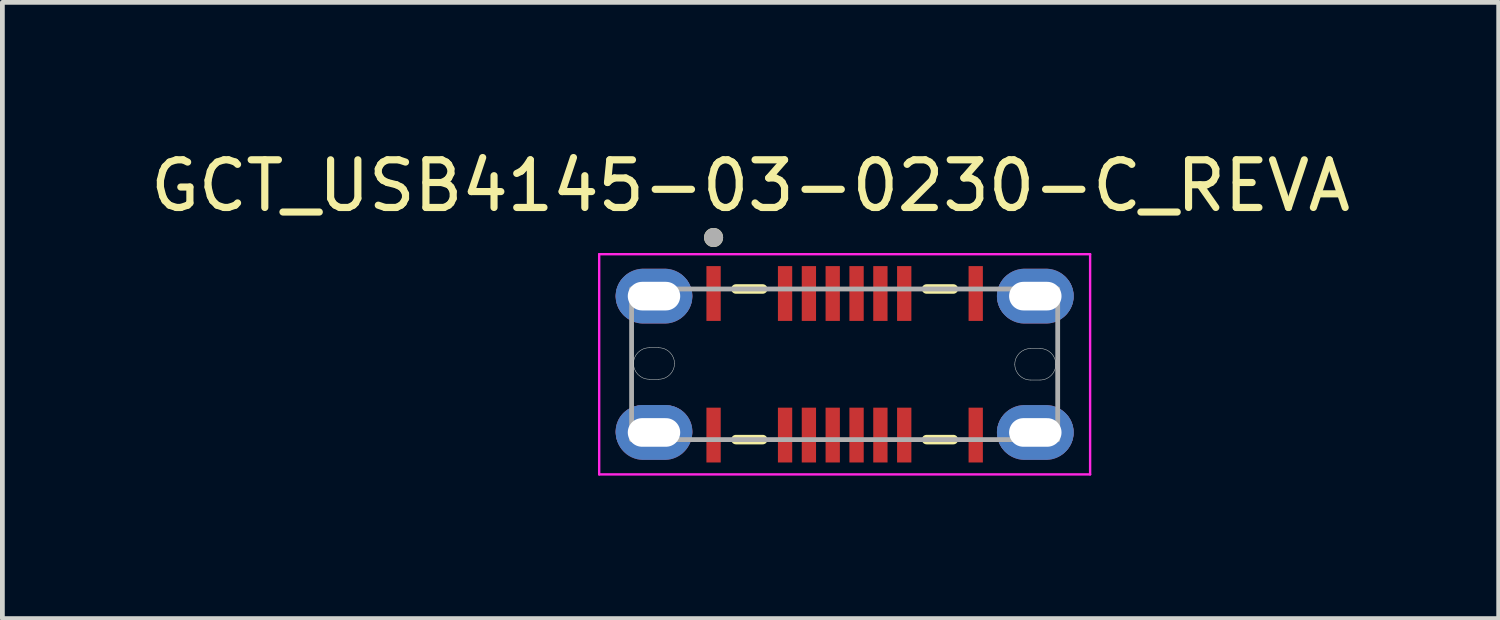
<source format=kicad_pcb>
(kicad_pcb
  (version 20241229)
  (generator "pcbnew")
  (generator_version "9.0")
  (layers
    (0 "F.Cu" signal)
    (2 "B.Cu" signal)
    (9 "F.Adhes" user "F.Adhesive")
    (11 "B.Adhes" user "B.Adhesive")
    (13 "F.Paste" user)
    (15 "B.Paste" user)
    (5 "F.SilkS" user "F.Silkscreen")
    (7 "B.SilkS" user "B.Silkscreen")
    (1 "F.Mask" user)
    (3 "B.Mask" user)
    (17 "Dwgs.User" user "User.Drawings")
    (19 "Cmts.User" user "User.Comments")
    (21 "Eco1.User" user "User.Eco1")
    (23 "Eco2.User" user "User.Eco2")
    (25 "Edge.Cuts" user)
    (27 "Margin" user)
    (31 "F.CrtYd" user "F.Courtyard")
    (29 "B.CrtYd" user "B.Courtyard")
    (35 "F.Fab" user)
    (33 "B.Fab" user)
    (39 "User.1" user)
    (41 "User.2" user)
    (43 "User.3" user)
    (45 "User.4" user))
  (footprint "GCT_USB4145-03-0230-C_REVA"
    (layer "F.Cu")
    (at 14.671 4.593)
    (property "Reference" "GCT_USB4145-03-0230-C_REVA" (at -1.975 -3.745 0) (layer "F.SilkS") (effects (font (size 1 1) (thickness 0.15))))
    (attr through_hole)
    (fp_poly (pts (xy -4.8 -1.43) (xy -4.799 -1.459) (xy -4.797 -1.487) (xy -4.793 -1.516) (xy -4.788 -1.544) (xy -4.781 -1.572) (xy -4.773 -1.6) (xy -4.763 -1.627) (xy -4.752 -1.654) (xy -4.74 -1.68) (xy -4.726 -1.705) (xy -4.711 -1.73) (xy -4.695 -1.753) (xy -4.677 -1.776) (xy -4.659 -1.798) (xy -4.639 -1.819) (xy -4.618 -1.839) (xy -4.596 -1.857) (xy -4.573 -1.875) (xy -4.55 -1.891) (xy -4.525 -1.906) (xy -4.5 -1.92) (xy -4.474 -1.932) (xy -4.447 -1.943) (xy -4.42 -1.953) (xy -4.392 -1.961) (xy -4.364 -1.968) (xy -4.336 -1.973) (xy -4.307 -1.977) (xy -4.279 -1.979) (xy -4.25 -1.98) (xy -3.75 -1.98) (xy -3.721 -1.979) (xy -3.693 -1.977) (xy -3.664 -1.973) (xy -3.636 -1.968) (xy -3.608 -1.961) (xy -3.58 -1.953) (xy -3.553 -1.943) (xy -3.526 -1.932) (xy -3.5 -1.92) (xy -3.475 -1.906) (xy -3.45 -1.891) (xy -3.427 -1.875) (xy -3.404 -1.857) (xy -3.382 -1.839) (xy -3.361 -1.819) (xy -3.341 -1.798) (xy -3.323 -1.776) (xy -3.305 -1.753) (xy -3.289 -1.73) (xy -3.274 -1.705) (xy -3.26 -1.68) (xy -3.248 -1.654) (xy -3.237 -1.627) (xy -3.227 -1.6) (xy -3.219 -1.572) (xy -3.212 -1.544) (xy -3.207 -1.516) (xy -3.203 -1.487) (xy -3.201 -1.459) (xy -3.2 -1.43) (xy -3.201 -1.401) (xy -3.203 -1.373) (xy -3.207 -1.344) (xy -3.212 -1.316) (xy -3.219 -1.288) (xy -3.227 -1.26) (xy -3.237 -1.233) (xy -3.248 -1.206) (xy -3.26 -1.18) (xy -3.274 -1.155) (xy -3.289 -1.13) (xy -3.305 -1.107) (xy -3.323 -1.084) (xy -3.341 -1.062) (xy -3.361 -1.041) (xy -3.382 -1.021) (xy -3.404 -1.003) (xy -3.427 -0.985) (xy -3.45 -0.969) (xy -3.475 -0.954) (xy -3.5 -0.94) (xy -3.526 -0.928) (xy -3.553 -0.917) (xy -3.58 -0.907) (xy -3.608 -0.899) (xy -3.636 -0.892) (xy -3.664 -0.887) (xy -3.693 -0.883) (xy -3.721 -0.881) (xy -3.75 -0.88) (xy -4.25 -0.88) (xy -4.279 -0.881) (xy -4.307 -0.883) (xy -4.336 -0.887) (xy -4.364 -0.892) (xy -4.392 -0.899) (xy -4.42 -0.907) (xy -4.447 -0.917) (xy -4.474 -0.928) (xy -4.5 -0.94) (xy -4.525 -0.954) (xy -4.55 -0.969) (xy -4.573 -0.985) (xy -4.596 -1.003) (xy -4.618 -1.021) (xy -4.639 -1.041) (xy -4.659 -1.062) (xy -4.677 -1.084) (xy -4.695 -1.107) (xy -4.711 -1.13) (xy -4.726 -1.155) (xy -4.74 -1.18) (xy -4.752 -1.206) (xy -4.763 -1.233) (xy -4.773 -1.26) (xy -4.781 -1.288) (xy -4.788 -1.316) (xy -4.793 -1.344) (xy -4.797 -1.373) (xy -4.799 -1.401) (xy -4.8 -1.43)) (stroke (width 0.01) (type solid)) (fill yes) (layer "F.Cu"))
    (fp_poly (pts (xy -4.8 1.414) (xy -4.799 1.385) (xy -4.797 1.357) (xy -4.793 1.328) (xy -4.788 1.3) (xy -4.781 1.272) (xy -4.773 1.244) (xy -4.763 1.217) (xy -4.752 1.19) (xy -4.74 1.164) (xy -4.726 1.139) (xy -4.711 1.114) (xy -4.695 1.091) (xy -4.677 1.068) (xy -4.659 1.046) (xy -4.639 1.025) (xy -4.618 1.005) (xy -4.596 0.987) (xy -4.573 0.969) (xy -4.55 0.953) (xy -4.525 0.938) (xy -4.5 0.924) (xy -4.474 0.912) (xy -4.447 0.901) (xy -4.42 0.891) (xy -4.392 0.883) (xy -4.364 0.876) (xy -4.336 0.871) (xy -4.307 0.867) (xy -4.279 0.865) (xy -4.25 0.864) (xy -3.75 0.864) (xy -3.721 0.865) (xy -3.693 0.867) (xy -3.664 0.871) (xy -3.636 0.876) (xy -3.608 0.883) (xy -3.58 0.891) (xy -3.553 0.901) (xy -3.526 0.912) (xy -3.5 0.924) (xy -3.475 0.938) (xy -3.45 0.953) (xy -3.427 0.969) (xy -3.404 0.987) (xy -3.382 1.005) (xy -3.361 1.025) (xy -3.341 1.046) (xy -3.323 1.068) (xy -3.305 1.091) (xy -3.289 1.114) (xy -3.274 1.139) (xy -3.26 1.164) (xy -3.248 1.19) (xy -3.237 1.217) (xy -3.227 1.244) (xy -3.219 1.272) (xy -3.212 1.3) (xy -3.207 1.328) (xy -3.203 1.357) (xy -3.201 1.385) (xy -3.2 1.414) (xy -3.201 1.443) (xy -3.203 1.471) (xy -3.207 1.5) (xy -3.212 1.528) (xy -3.219 1.556) (xy -3.227 1.584) (xy -3.237 1.611) (xy -3.248 1.638) (xy -3.26 1.664) (xy -3.274 1.689) (xy -3.289 1.714) (xy -3.305 1.737) (xy -3.323 1.76) (xy -3.341 1.782) (xy -3.361 1.803) (xy -3.382 1.823) (xy -3.404 1.841) (xy -3.427 1.859) (xy -3.45 1.875) (xy -3.475 1.89) (xy -3.5 1.904) (xy -3.526 1.916) (xy -3.553 1.927) (xy -3.58 1.937) (xy -3.608 1.945) (xy -3.636 1.952) (xy -3.664 1.957) (xy -3.693 1.961) (xy -3.721 1.963) (xy -3.75 1.964) (xy -4.25 1.964) (xy -4.279 1.963) (xy -4.307 1.961) (xy -4.336 1.957) (xy -4.364 1.952) (xy -4.392 1.945) (xy -4.42 1.937) (xy -4.447 1.927) (xy -4.474 1.916) (xy -4.5 1.904) (xy -4.525 1.89) (xy -4.55 1.875) (xy -4.573 1.859) (xy -4.596 1.841) (xy -4.618 1.823) (xy -4.639 1.803) (xy -4.659 1.782) (xy -4.677 1.76) (xy -4.695 1.737) (xy -4.711 1.714) (xy -4.726 1.689) (xy -4.74 1.664) (xy -4.752 1.638) (xy -4.763 1.611) (xy -4.773 1.584) (xy -4.781 1.556) (xy -4.788 1.528) (xy -4.793 1.5) (xy -4.797 1.471) (xy -4.799 1.443) (xy -4.8 1.414)) (stroke (width 0.01) (type solid)) (fill yes) (layer "F.Cu"))
    (fp_poly (pts (xy 3.2 -1.43) (xy 3.201 -1.459) (xy 3.203 -1.487) (xy 3.207 -1.516) (xy 3.212 -1.544) (xy 3.219 -1.572) (xy 3.227 -1.6) (xy 3.237 -1.627) (xy 3.248 -1.654) (xy 3.26 -1.68) (xy 3.274 -1.705) (xy 3.289 -1.73) (xy 3.305 -1.753) (xy 3.323 -1.776) (xy 3.341 -1.798) (xy 3.361 -1.819) (xy 3.382 -1.839) (xy 3.404 -1.857) (xy 3.427 -1.875) (xy 3.45 -1.891) (xy 3.475 -1.906) (xy 3.5 -1.92) (xy 3.526 -1.932) (xy 3.553 -1.943) (xy 3.58 -1.953) (xy 3.608 -1.961) (xy 3.636 -1.968) (xy 3.664 -1.973) (xy 3.693 -1.977) (xy 3.721 -1.979) (xy 3.75 -1.98) (xy 4.25 -1.98) (xy 4.279 -1.979) (xy 4.307 -1.977) (xy 4.336 -1.973) (xy 4.364 -1.968) (xy 4.392 -1.961) (xy 4.42 -1.953) (xy 4.447 -1.943) (xy 4.474 -1.932) (xy 4.5 -1.92) (xy 4.525 -1.906) (xy 4.55 -1.891) (xy 4.573 -1.875) (xy 4.596 -1.857) (xy 4.618 -1.839) (xy 4.639 -1.819) (xy 4.659 -1.798) (xy 4.677 -1.776) (xy 4.695 -1.753) (xy 4.711 -1.73) (xy 4.726 -1.705) (xy 4.74 -1.68) (xy 4.752 -1.654) (xy 4.763 -1.627) (xy 4.773 -1.6) (xy 4.781 -1.572) (xy 4.788 -1.544) (xy 4.793 -1.516) (xy 4.797 -1.487) (xy 4.799 -1.459) (xy 4.8 -1.43) (xy 4.799 -1.401) (xy 4.797 -1.373) (xy 4.793 -1.344) (xy 4.788 -1.316) (xy 4.781 -1.288) (xy 4.773 -1.26) (xy 4.763 -1.233) (xy 4.752 -1.206) (xy 4.74 -1.18) (xy 4.726 -1.155) (xy 4.711 -1.13) (xy 4.695 -1.107) (xy 4.677 -1.084) (xy 4.659 -1.062) (xy 4.639 -1.041) (xy 4.618 -1.021) (xy 4.596 -1.003) (xy 4.573 -0.985) (xy 4.55 -0.969) (xy 4.525 -0.954) (xy 4.5 -0.94) (xy 4.474 -0.928) (xy 4.447 -0.917) (xy 4.42 -0.907) (xy 4.392 -0.899) (xy 4.364 -0.892) (xy 4.336 -0.887) (xy 4.307 -0.883) (xy 4.279 -0.881) (xy 4.25 -0.88) (xy 3.75 -0.88) (xy 3.721 -0.881) (xy 3.693 -0.883) (xy 3.664 -0.887) (xy 3.636 -0.892) (xy 3.608 -0.899) (xy 3.58 -0.907) (xy 3.553 -0.917) (xy 3.526 -0.928) (xy 3.5 -0.94) (xy 3.475 -0.954) (xy 3.45 -0.969) (xy 3.427 -0.985) (xy 3.404 -1.003) (xy 3.382 -1.021) (xy 3.361 -1.041) (xy 3.341 -1.062) (xy 3.323 -1.084) (xy 3.305 -1.107) (xy 3.289 -1.13) (xy 3.274 -1.155) (xy 3.26 -1.18) (xy 3.248 -1.206) (xy 3.237 -1.233) (xy 3.227 -1.26) (xy 3.219 -1.288) (xy 3.212 -1.316) (xy 3.207 -1.344) (xy 3.203 -1.373) (xy 3.201 -1.401) (xy 3.2 -1.43)) (stroke (width 0.01) (type solid)) (fill yes) (layer "F.Cu"))
    (fp_poly (pts (xy 3.2 1.43) (xy 3.201 1.401) (xy 3.203 1.373) (xy 3.207 1.344) (xy 3.212 1.316) (xy 3.219 1.288) (xy 3.227 1.26) (xy 3.237 1.233) (xy 3.248 1.206) (xy 3.26 1.18) (xy 3.274 1.155) (xy 3.289 1.13) (xy 3.305 1.107) (xy 3.323 1.084) (xy 3.341 1.062) (xy 3.361 1.041) (xy 3.382 1.021) (xy 3.404 1.003) (xy 3.427 0.985) (xy 3.45 0.969) (xy 3.475 0.954) (xy 3.5 0.94) (xy 3.526 0.928) (xy 3.553 0.917) (xy 3.58 0.907) (xy 3.608 0.899) (xy 3.636 0.892) (xy 3.664 0.887) (xy 3.693 0.883) (xy 3.721 0.881) (xy 3.75 0.88) (xy 4.25 0.88) (xy 4.279 0.881) (xy 4.307 0.883) (xy 4.336 0.887) (xy 4.364 0.892) (xy 4.392 0.899) (xy 4.42 0.907) (xy 4.447 0.917) (xy 4.474 0.928) (xy 4.5 0.94) (xy 4.525 0.954) (xy 4.55 0.969) (xy 4.573 0.985) (xy 4.596 1.003) (xy 4.618 1.021) (xy 4.639 1.041) (xy 4.659 1.062) (xy 4.677 1.084) (xy 4.695 1.107) (xy 4.711 1.13) (xy 4.726 1.155) (xy 4.74 1.18) (xy 4.752 1.206) (xy 4.763 1.233) (xy 4.773 1.26) (xy 4.781 1.288) (xy 4.788 1.316) (xy 4.793 1.344) (xy 4.797 1.373) (xy 4.799 1.401) (xy 4.8 1.43) (xy 4.799 1.459) (xy 4.797 1.487) (xy 4.793 1.516) (xy 4.788 1.544) (xy 4.781 1.572) (xy 4.773 1.6) (xy 4.763 1.627) (xy 4.752 1.654) (xy 4.74 1.68) (xy 4.726 1.705) (xy 4.711 1.73) (xy 4.695 1.753) (xy 4.677 1.776) (xy 4.659 1.798) (xy 4.639 1.819) (xy 4.618 1.839) (xy 4.596 1.857) (xy 4.573 1.875) (xy 4.55 1.891) (xy 4.525 1.906) (xy 4.5 1.92) (xy 4.474 1.932) (xy 4.447 1.943) (xy 4.42 1.953) (xy 4.392 1.961) (xy 4.364 1.968) (xy 4.336 1.973) (xy 4.307 1.977) (xy 4.279 1.979) (xy 4.25 1.98) (xy 3.75 1.98) (xy 3.721 1.979) (xy 3.693 1.977) (xy 3.664 1.973) (xy 3.636 1.968) (xy 3.608 1.961) (xy 3.58 1.953) (xy 3.553 1.943) (xy 3.526 1.932) (xy 3.5 1.92) (xy 3.475 1.906) (xy 3.45 1.891) (xy 3.427 1.875) (xy 3.404 1.857) (xy 3.382 1.839) (xy 3.361 1.819) (xy 3.341 1.798) (xy 3.323 1.776) (xy 3.305 1.753) (xy 3.289 1.73) (xy 3.274 1.705) (xy 3.26 1.68) (xy 3.248 1.654) (xy 3.237 1.627) (xy 3.227 1.6) (xy 3.219 1.572) (xy 3.212 1.544) (xy 3.207 1.516) (xy 3.203 1.487) (xy 3.201 1.459) (xy 3.2 1.43)) (stroke (width 0.01) (type solid)) (fill yes) (layer "F.Cu"))
    (fp_poly (pts (xy -4.9 -1.43) (xy -4.899 -1.464) (xy -4.896 -1.498) (xy -4.892 -1.532) (xy -4.886 -1.565) (xy -4.878 -1.598) (xy -4.868 -1.631) (xy -4.857 -1.663) (xy -4.844 -1.694) (xy -4.829 -1.725) (xy -4.813 -1.755) (xy -4.795 -1.784) (xy -4.776 -1.812) (xy -4.755 -1.839) (xy -4.733 -1.865) (xy -4.71 -1.89) (xy -4.685 -1.913) (xy -4.659 -1.935) (xy -4.632 -1.956) (xy -4.604 -1.975) (xy -4.575 -1.993) (xy -4.545 -2.009) (xy -4.514 -2.024) (xy -4.483 -2.037) (xy -4.451 -2.048) (xy -4.418 -2.058) (xy -4.385 -2.066) (xy -4.352 -2.072) (xy -4.318 -2.076) (xy -4.284 -2.079) (xy -4.25 -2.08) (xy -3.75 -2.08) (xy -3.716 -2.079) (xy -3.682 -2.076) (xy -3.648 -2.072) (xy -3.615 -2.066) (xy -3.582 -2.058) (xy -3.549 -2.048) (xy -3.517 -2.037) (xy -3.486 -2.024) (xy -3.455 -2.009) (xy -3.425 -1.993) (xy -3.396 -1.975) (xy -3.368 -1.956) (xy -3.341 -1.935) (xy -3.315 -1.913) (xy -3.29 -1.89) (xy -3.267 -1.865) (xy -3.245 -1.839) (xy -3.224 -1.812) (xy -3.205 -1.784) (xy -3.187 -1.755) (xy -3.171 -1.725) (xy -3.156 -1.694) (xy -3.143 -1.663) (xy -3.132 -1.631) (xy -3.122 -1.598) (xy -3.114 -1.565) (xy -3.108 -1.532) (xy -3.104 -1.498) (xy -3.101 -1.464) (xy -3.1 -1.43) (xy -3.101 -1.396) (xy -3.104 -1.362) (xy -3.108 -1.328) (xy -3.114 -1.295) (xy -3.122 -1.262) (xy -3.132 -1.229) (xy -3.143 -1.197) (xy -3.156 -1.166) (xy -3.171 -1.135) (xy -3.187 -1.105) (xy -3.205 -1.076) (xy -3.224 -1.048) (xy -3.245 -1.021) (xy -3.267 -0.995) (xy -3.29 -0.97) (xy -3.315 -0.947) (xy -3.341 -0.925) (xy -3.368 -0.904) (xy -3.396 -0.885) (xy -3.425 -0.867) (xy -3.455 -0.851) (xy -3.486 -0.836) (xy -3.517 -0.823) (xy -3.549 -0.812) (xy -3.582 -0.802) (xy -3.615 -0.794) (xy -3.648 -0.788) (xy -3.682 -0.784) (xy -3.716 -0.781) (xy -3.75 -0.78) (xy -4.25 -0.78) (xy -4.284 -0.781) (xy -4.318 -0.784) (xy -4.352 -0.788) (xy -4.385 -0.794) (xy -4.418 -0.802) (xy -4.451 -0.812) (xy -4.483 -0.823) (xy -4.514 -0.836) (xy -4.545 -0.851) (xy -4.575 -0.867) (xy -4.604 -0.885) (xy -4.632 -0.904) (xy -4.659 -0.925) (xy -4.685 -0.947) (xy -4.71 -0.97) (xy -4.733 -0.995) (xy -4.755 -1.021) (xy -4.776 -1.048) (xy -4.795 -1.076) (xy -4.813 -1.105) (xy -4.829 -1.135) (xy -4.844 -1.166) (xy -4.857 -1.197) (xy -4.868 -1.229) (xy -4.878 -1.262) (xy -4.886 -1.295) (xy -4.892 -1.328) (xy -4.896 -1.362) (xy -4.899 -1.396) (xy -4.9 -1.43)) (stroke (width 0.01) (type solid)) (fill yes) (layer "F.Mask"))
    (fp_poly (pts (xy -4.9 1.414) (xy -4.899 1.38) (xy -4.896 1.346) (xy -4.892 1.312) (xy -4.886 1.279) (xy -4.878 1.246) (xy -4.868 1.213) (xy -4.857 1.181) (xy -4.844 1.15) (xy -4.829 1.119) (xy -4.813 1.089) (xy -4.795 1.06) (xy -4.776 1.032) (xy -4.755 1.005) (xy -4.733 0.979) (xy -4.71 0.954) (xy -4.685 0.931) (xy -4.659 0.909) (xy -4.632 0.888) (xy -4.604 0.869) (xy -4.575 0.851) (xy -4.545 0.835) (xy -4.514 0.82) (xy -4.483 0.807) (xy -4.451 0.796) (xy -4.418 0.786) (xy -4.385 0.778) (xy -4.352 0.772) (xy -4.318 0.768) (xy -4.284 0.765) (xy -4.25 0.764) (xy -3.75 0.764) (xy -3.716 0.765) (xy -3.682 0.768) (xy -3.648 0.772) (xy -3.615 0.778) (xy -3.582 0.786) (xy -3.549 0.796) (xy -3.517 0.807) (xy -3.486 0.82) (xy -3.455 0.835) (xy -3.425 0.851) (xy -3.396 0.869) (xy -3.368 0.888) (xy -3.341 0.909) (xy -3.315 0.931) (xy -3.29 0.954) (xy -3.267 0.979) (xy -3.245 1.005) (xy -3.224 1.032) (xy -3.205 1.06) (xy -3.187 1.089) (xy -3.171 1.119) (xy -3.156 1.15) (xy -3.143 1.181) (xy -3.132 1.213) (xy -3.122 1.246) (xy -3.114 1.279) (xy -3.108 1.312) (xy -3.104 1.346) (xy -3.101 1.38) (xy -3.1 1.414) (xy -3.101 1.448) (xy -3.104 1.482) (xy -3.108 1.516) (xy -3.114 1.549) (xy -3.122 1.582) (xy -3.132 1.615) (xy -3.143 1.647) (xy -3.156 1.678) (xy -3.171 1.709) (xy -3.187 1.739) (xy -3.205 1.768) (xy -3.224 1.796) (xy -3.245 1.823) (xy -3.267 1.849) (xy -3.29 1.874) (xy -3.315 1.897) (xy -3.341 1.919) (xy -3.368 1.94) (xy -3.396 1.959) (xy -3.425 1.977) (xy -3.455 1.993) (xy -3.486 2.008) (xy -3.517 2.021) (xy -3.549 2.032) (xy -3.582 2.042) (xy -3.615 2.05) (xy -3.648 2.056) (xy -3.682 2.06) (xy -3.716 2.063) (xy -3.75 2.064) (xy -4.25 2.064) (xy -4.284 2.063) (xy -4.318 2.06) (xy -4.352 2.056) (xy -4.385 2.05) (xy -4.418 2.042) (xy -4.451 2.032) (xy -4.483 2.021) (xy -4.514 2.008) (xy -4.545 1.993) (xy -4.575 1.977) (xy -4.604 1.959) (xy -4.632 1.94) (xy -4.659 1.919) (xy -4.685 1.897) (xy -4.71 1.874) (xy -4.733 1.849) (xy -4.755 1.823) (xy -4.776 1.796) (xy -4.795 1.768) (xy -4.813 1.739) (xy -4.829 1.709) (xy -4.844 1.678) (xy -4.857 1.647) (xy -4.868 1.615) (xy -4.878 1.582) (xy -4.886 1.549) (xy -4.892 1.516) (xy -4.896 1.482) (xy -4.899 1.448) (xy -4.9 1.414)) (stroke (width 0.01) (type solid)) (fill yes) (layer "F.Mask"))
    (fp_poly (pts (xy 3.1 -1.43) (xy 3.101 -1.464) (xy 3.104 -1.498) (xy 3.108 -1.532) (xy 3.114 -1.565) (xy 3.122 -1.598) (xy 3.132 -1.631) (xy 3.143 -1.663) (xy 3.156 -1.694) (xy 3.171 -1.725) (xy 3.187 -1.755) (xy 3.205 -1.784) (xy 3.224 -1.812) (xy 3.245 -1.839) (xy 3.267 -1.865) (xy 3.29 -1.89) (xy 3.315 -1.913) (xy 3.341 -1.935) (xy 3.368 -1.956) (xy 3.396 -1.975) (xy 3.425 -1.993) (xy 3.455 -2.009) (xy 3.486 -2.024) (xy 3.517 -2.037) (xy 3.549 -2.048) (xy 3.582 -2.058) (xy 3.615 -2.066) (xy 3.648 -2.072) (xy 3.682 -2.076) (xy 3.716 -2.079) (xy 3.75 -2.08) (xy 4.25 -2.08) (xy 4.284 -2.079) (xy 4.318 -2.076) (xy 4.352 -2.072) (xy 4.385 -2.066) (xy 4.418 -2.058) (xy 4.451 -2.048) (xy 4.483 -2.037) (xy 4.514 -2.024) (xy 4.545 -2.009) (xy 4.575 -1.993) (xy 4.604 -1.975) (xy 4.632 -1.956) (xy 4.659 -1.935) (xy 4.685 -1.913) (xy 4.71 -1.89) (xy 4.733 -1.865) (xy 4.755 -1.839) (xy 4.776 -1.812) (xy 4.795 -1.784) (xy 4.813 -1.755) (xy 4.829 -1.725) (xy 4.844 -1.694) (xy 4.857 -1.663) (xy 4.868 -1.631) (xy 4.878 -1.598) (xy 4.886 -1.565) (xy 4.892 -1.532) (xy 4.896 -1.498) (xy 4.899 -1.464) (xy 4.9 -1.43) (xy 4.899 -1.396) (xy 4.896 -1.362) (xy 4.892 -1.328) (xy 4.886 -1.295) (xy 4.878 -1.262) (xy 4.868 -1.229) (xy 4.857 -1.197) (xy 4.844 -1.166) (xy 4.829 -1.135) (xy 4.813 -1.105) (xy 4.795 -1.076) (xy 4.776 -1.048) (xy 4.755 -1.021) (xy 4.733 -0.995) (xy 4.71 -0.97) (xy 4.685 -0.947) (xy 4.659 -0.925) (xy 4.632 -0.904) (xy 4.604 -0.885) (xy 4.575 -0.867) (xy 4.545 -0.851) (xy 4.514 -0.836) (xy 4.483 -0.823) (xy 4.451 -0.812) (xy 4.418 -0.802) (xy 4.385 -0.794) (xy 4.352 -0.788) (xy 4.318 -0.784) (xy 4.284 -0.781) (xy 4.25 -0.78) (xy 3.75 -0.78) (xy 3.716 -0.781) (xy 3.682 -0.784) (xy 3.648 -0.788) (xy 3.615 -0.794) (xy 3.582 -0.802) (xy 3.549 -0.812) (xy 3.517 -0.823) (xy 3.486 -0.836) (xy 3.455 -0.851) (xy 3.425 -0.867) (xy 3.396 -0.885) (xy 3.368 -0.904) (xy 3.341 -0.925) (xy 3.315 -0.947) (xy 3.29 -0.97) (xy 3.267 -0.995) (xy 3.245 -1.021) (xy 3.224 -1.048) (xy 3.205 -1.076) (xy 3.187 -1.105) (xy 3.171 -1.135) (xy 3.156 -1.166) (xy 3.143 -1.197) (xy 3.132 -1.229) (xy 3.122 -1.262) (xy 3.114 -1.295) (xy 3.108 -1.328) (xy 3.104 -1.362) (xy 3.101 -1.396) (xy 3.1 -1.43)) (stroke (width 0.01) (type solid)) (fill yes) (layer "F.Mask"))
    (fp_poly (pts (xy 3.1 1.43) (xy 3.101 1.396) (xy 3.104 1.362) (xy 3.108 1.328) (xy 3.114 1.295) (xy 3.122 1.262) (xy 3.132 1.229) (xy 3.143 1.197) (xy 3.156 1.166) (xy 3.171 1.135) (xy 3.187 1.105) (xy 3.205 1.076) (xy 3.224 1.048) (xy 3.245 1.021) (xy 3.267 0.995) (xy 3.29 0.97) (xy 3.315 0.947) (xy 3.341 0.925) (xy 3.368 0.904) (xy 3.396 0.885) (xy 3.425 0.867) (xy 3.455 0.851) (xy 3.486 0.836) (xy 3.517 0.823) (xy 3.549 0.812) (xy 3.582 0.802) (xy 3.615 0.794) (xy 3.648 0.788) (xy 3.682 0.784) (xy 3.716 0.781) (xy 3.75 0.78) (xy 4.25 0.78) (xy 4.284 0.781) (xy 4.318 0.784) (xy 4.352 0.788) (xy 4.385 0.794) (xy 4.418 0.802) (xy 4.451 0.812) (xy 4.483 0.823) (xy 4.514 0.836) (xy 4.545 0.851) (xy 4.575 0.867) (xy 4.604 0.885) (xy 4.632 0.904) (xy 4.659 0.925) (xy 4.685 0.947) (xy 4.71 0.97) (xy 4.733 0.995) (xy 4.755 1.021) (xy 4.776 1.048) (xy 4.795 1.076) (xy 4.813 1.105) (xy 4.829 1.135) (xy 4.844 1.166) (xy 4.857 1.197) (xy 4.868 1.229) (xy 4.878 1.262) (xy 4.886 1.295) (xy 4.892 1.328) (xy 4.896 1.362) (xy 4.899 1.396) (xy 4.9 1.43) (xy 4.899 1.464) (xy 4.896 1.498) (xy 4.892 1.532) (xy 4.886 1.565) (xy 4.878 1.598) (xy 4.868 1.631) (xy 4.857 1.663) (xy 4.844 1.694) (xy 4.829 1.725) (xy 4.813 1.755) (xy 4.795 1.784) (xy 4.776 1.812) (xy 4.755 1.839) (xy 4.733 1.865) (xy 4.71 1.89) (xy 4.685 1.913) (xy 4.659 1.935) (xy 4.632 1.956) (xy 4.604 1.975) (xy 4.575 1.993) (xy 4.545 2.009) (xy 4.514 2.024) (xy 4.483 2.037) (xy 4.451 2.048) (xy 4.418 2.058) (xy 4.385 2.066) (xy 4.352 2.072) (xy 4.318 2.076) (xy 4.284 2.079) (xy 4.25 2.08) (xy 3.75 2.08) (xy 3.716 2.079) (xy 3.682 2.076) (xy 3.648 2.072) (xy 3.615 2.066) (xy 3.582 2.058) (xy 3.549 2.048) (xy 3.517 2.037) (xy 3.486 2.024) (xy 3.455 2.009) (xy 3.425 1.993) (xy 3.396 1.975) (xy 3.368 1.956) (xy 3.341 1.935) (xy 3.315 1.913) (xy 3.29 1.89) (xy 3.267 1.865) (xy 3.245 1.839) (xy 3.224 1.812) (xy 3.205 1.784) (xy 3.187 1.755) (xy 3.171 1.725) (xy 3.156 1.694) (xy 3.143 1.663) (xy 3.132 1.631) (xy 3.122 1.598) (xy 3.114 1.565) (xy 3.108 1.532) (xy 3.104 1.498) (xy 3.101 1.464) (xy 3.1 1.43)) (stroke (width 0.01) (type solid)) (fill yes) (layer "F.Mask"))
    (fp_poly (pts (xy -4.8 -1.43) (xy -4.799 -1.459) (xy -4.797 -1.487) (xy -4.793 -1.516) (xy -4.788 -1.544) (xy -4.781 -1.572) (xy -4.773 -1.6) (xy -4.763 -1.627) (xy -4.752 -1.654) (xy -4.74 -1.68) (xy -4.726 -1.705) (xy -4.711 -1.73) (xy -4.695 -1.753) (xy -4.677 -1.776) (xy -4.659 -1.798) (xy -4.639 -1.819) (xy -4.618 -1.839) (xy -4.596 -1.857) (xy -4.573 -1.875) (xy -4.55 -1.891) (xy -4.525 -1.906) (xy -4.5 -1.92) (xy -4.474 -1.932) (xy -4.447 -1.943) (xy -4.42 -1.953) (xy -4.392 -1.961) (xy -4.364 -1.968) (xy -4.336 -1.973) (xy -4.307 -1.977) (xy -4.279 -1.979) (xy -4.25 -1.98) (xy -3.75 -1.98) (xy -3.721 -1.979) (xy -3.693 -1.977) (xy -3.664 -1.973) (xy -3.636 -1.968) (xy -3.608 -1.961) (xy -3.58 -1.953) (xy -3.553 -1.943) (xy -3.526 -1.932) (xy -3.5 -1.92) (xy -3.475 -1.906) (xy -3.45 -1.891) (xy -3.427 -1.875) (xy -3.404 -1.857) (xy -3.382 -1.839) (xy -3.361 -1.819) (xy -3.341 -1.798) (xy -3.323 -1.776) (xy -3.305 -1.753) (xy -3.289 -1.73) (xy -3.274 -1.705) (xy -3.26 -1.68) (xy -3.248 -1.654) (xy -3.237 -1.627) (xy -3.227 -1.6) (xy -3.219 -1.572) (xy -3.212 -1.544) (xy -3.207 -1.516) (xy -3.203 -1.487) (xy -3.201 -1.459) (xy -3.2 -1.43) (xy -3.201 -1.401) (xy -3.203 -1.373) (xy -3.207 -1.344) (xy -3.212 -1.316) (xy -3.219 -1.288) (xy -3.227 -1.26) (xy -3.237 -1.233) (xy -3.248 -1.206) (xy -3.26 -1.18) (xy -3.274 -1.155) (xy -3.289 -1.13) (xy -3.305 -1.107) (xy -3.323 -1.084) (xy -3.341 -1.062) (xy -3.361 -1.041) (xy -3.382 -1.021) (xy -3.404 -1.003) (xy -3.427 -0.985) (xy -3.45 -0.969) (xy -3.475 -0.954) (xy -3.5 -0.94) (xy -3.526 -0.928) (xy -3.553 -0.917) (xy -3.58 -0.907) (xy -3.608 -0.899) (xy -3.636 -0.892) (xy -3.664 -0.887) (xy -3.693 -0.883) (xy -3.721 -0.881) (xy -3.75 -0.88) (xy -4.25 -0.88) (xy -4.279 -0.881) (xy -4.307 -0.883) (xy -4.336 -0.887) (xy -4.364 -0.892) (xy -4.392 -0.899) (xy -4.42 -0.907) (xy -4.447 -0.917) (xy -4.474 -0.928) (xy -4.5 -0.94) (xy -4.525 -0.954) (xy -4.55 -0.969) (xy -4.573 -0.985) (xy -4.596 -1.003) (xy -4.618 -1.021) (xy -4.639 -1.041) (xy -4.659 -1.062) (xy -4.677 -1.084) (xy -4.695 -1.107) (xy -4.711 -1.13) (xy -4.726 -1.155) (xy -4.74 -1.18) (xy -4.752 -1.206) (xy -4.763 -1.233) (xy -4.773 -1.26) (xy -4.781 -1.288) (xy -4.788 -1.316) (xy -4.793 -1.344) (xy -4.797 -1.373) (xy -4.799 -1.401) (xy -4.8 -1.43)) (stroke (width 0.01) (type solid)) (fill yes) (layer "B.Cu"))
    (fp_poly (pts (xy -4.8 1.414) (xy -4.799 1.385) (xy -4.797 1.357) (xy -4.793 1.328) (xy -4.788 1.3) (xy -4.781 1.272) (xy -4.773 1.244) (xy -4.763 1.217) (xy -4.752 1.19) (xy -4.74 1.164) (xy -4.726 1.139) (xy -4.711 1.114) (xy -4.695 1.091) (xy -4.677 1.068) (xy -4.659 1.046) (xy -4.639 1.025) (xy -4.618 1.005) (xy -4.596 0.987) (xy -4.573 0.969) (xy -4.55 0.953) (xy -4.525 0.938) (xy -4.5 0.924) (xy -4.474 0.912) (xy -4.447 0.901) (xy -4.42 0.891) (xy -4.392 0.883) (xy -4.364 0.876) (xy -4.336 0.871) (xy -4.307 0.867) (xy -4.279 0.865) (xy -4.25 0.864) (xy -3.75 0.864) (xy -3.721 0.865) (xy -3.693 0.867) (xy -3.664 0.871) (xy -3.636 0.876) (xy -3.608 0.883) (xy -3.58 0.891) (xy -3.553 0.901) (xy -3.526 0.912) (xy -3.5 0.924) (xy -3.475 0.938) (xy -3.45 0.953) (xy -3.427 0.969) (xy -3.404 0.987) (xy -3.382 1.005) (xy -3.361 1.025) (xy -3.341 1.046) (xy -3.323 1.068) (xy -3.305 1.091) (xy -3.289 1.114) (xy -3.274 1.139) (xy -3.26 1.164) (xy -3.248 1.19) (xy -3.237 1.217) (xy -3.227 1.244) (xy -3.219 1.272) (xy -3.212 1.3) (xy -3.207 1.328) (xy -3.203 1.357) (xy -3.201 1.385) (xy -3.2 1.414) (xy -3.201 1.443) (xy -3.203 1.471) (xy -3.207 1.5) (xy -3.212 1.528) (xy -3.219 1.556) (xy -3.227 1.584) (xy -3.237 1.611) (xy -3.248 1.638) (xy -3.26 1.664) (xy -3.274 1.689) (xy -3.289 1.714) (xy -3.305 1.737) (xy -3.323 1.76) (xy -3.341 1.782) (xy -3.361 1.803) (xy -3.382 1.823) (xy -3.404 1.841) (xy -3.427 1.859) (xy -3.45 1.875) (xy -3.475 1.89) (xy -3.5 1.904) (xy -3.526 1.916) (xy -3.553 1.927) (xy -3.58 1.937) (xy -3.608 1.945) (xy -3.636 1.952) (xy -3.664 1.957) (xy -3.693 1.961) (xy -3.721 1.963) (xy -3.75 1.964) (xy -4.25 1.964) (xy -4.279 1.963) (xy -4.307 1.961) (xy -4.336 1.957) (xy -4.364 1.952) (xy -4.392 1.945) (xy -4.42 1.937) (xy -4.447 1.927) (xy -4.474 1.916) (xy -4.5 1.904) (xy -4.525 1.89) (xy -4.55 1.875) (xy -4.573 1.859) (xy -4.596 1.841) (xy -4.618 1.823) (xy -4.639 1.803) (xy -4.659 1.782) (xy -4.677 1.76) (xy -4.695 1.737) (xy -4.711 1.714) (xy -4.726 1.689) (xy -4.74 1.664) (xy -4.752 1.638) (xy -4.763 1.611) (xy -4.773 1.584) (xy -4.781 1.556) (xy -4.788 1.528) (xy -4.793 1.5) (xy -4.797 1.471) (xy -4.799 1.443) (xy -4.8 1.414)) (stroke (width 0.01) (type solid)) (fill yes) (layer "B.Cu"))
    (fp_poly (pts (xy 3.2 -1.43) (xy 3.201 -1.459) (xy 3.203 -1.487) (xy 3.207 -1.516) (xy 3.212 -1.544) (xy 3.219 -1.572) (xy 3.227 -1.6) (xy 3.237 -1.627) (xy 3.248 -1.654) (xy 3.26 -1.68) (xy 3.274 -1.705) (xy 3.289 -1.73) (xy 3.305 -1.753) (xy 3.323 -1.776) (xy 3.341 -1.798) (xy 3.361 -1.819) (xy 3.382 -1.839) (xy 3.404 -1.857) (xy 3.427 -1.875) (xy 3.45 -1.891) (xy 3.475 -1.906) (xy 3.5 -1.92) (xy 3.526 -1.932) (xy 3.553 -1.943) (xy 3.58 -1.953) (xy 3.608 -1.961) (xy 3.636 -1.968) (xy 3.664 -1.973) (xy 3.693 -1.977) (xy 3.721 -1.979) (xy 3.75 -1.98) (xy 4.25 -1.98) (xy 4.279 -1.979) (xy 4.307 -1.977) (xy 4.336 -1.973) (xy 4.364 -1.968) (xy 4.392 -1.961) (xy 4.42 -1.953) (xy 4.447 -1.943) (xy 4.474 -1.932) (xy 4.5 -1.92) (xy 4.525 -1.906) (xy 4.55 -1.891) (xy 4.573 -1.875) (xy 4.596 -1.857) (xy 4.618 -1.839) (xy 4.639 -1.819) (xy 4.659 -1.798) (xy 4.677 -1.776) (xy 4.695 -1.753) (xy 4.711 -1.73) (xy 4.726 -1.705) (xy 4.74 -1.68) (xy 4.752 -1.654) (xy 4.763 -1.627) (xy 4.773 -1.6) (xy 4.781 -1.572) (xy 4.788 -1.544) (xy 4.793 -1.516) (xy 4.797 -1.487) (xy 4.799 -1.459) (xy 4.8 -1.43) (xy 4.799 -1.401) (xy 4.797 -1.373) (xy 4.793 -1.344) (xy 4.788 -1.316) (xy 4.781 -1.288) (xy 4.773 -1.26) (xy 4.763 -1.233) (xy 4.752 -1.206) (xy 4.74 -1.18) (xy 4.726 -1.155) (xy 4.711 -1.13) (xy 4.695 -1.107) (xy 4.677 -1.084) (xy 4.659 -1.062) (xy 4.639 -1.041) (xy 4.618 -1.021) (xy 4.596 -1.003) (xy 4.573 -0.985) (xy 4.55 -0.969) (xy 4.525 -0.954) (xy 4.5 -0.94) (xy 4.474 -0.928) (xy 4.447 -0.917) (xy 4.42 -0.907) (xy 4.392 -0.899) (xy 4.364 -0.892) (xy 4.336 -0.887) (xy 4.307 -0.883) (xy 4.279 -0.881) (xy 4.25 -0.88) (xy 3.75 -0.88) (xy 3.721 -0.881) (xy 3.693 -0.883) (xy 3.664 -0.887) (xy 3.636 -0.892) (xy 3.608 -0.899) (xy 3.58 -0.907) (xy 3.553 -0.917) (xy 3.526 -0.928) (xy 3.5 -0.94) (xy 3.475 -0.954) (xy 3.45 -0.969) (xy 3.427 -0.985) (xy 3.404 -1.003) (xy 3.382 -1.021) (xy 3.361 -1.041) (xy 3.341 -1.062) (xy 3.323 -1.084) (xy 3.305 -1.107) (xy 3.289 -1.13) (xy 3.274 -1.155) (xy 3.26 -1.18) (xy 3.248 -1.206) (xy 3.237 -1.233) (xy 3.227 -1.26) (xy 3.219 -1.288) (xy 3.212 -1.316) (xy 3.207 -1.344) (xy 3.203 -1.373) (xy 3.201 -1.401) (xy 3.2 -1.43)) (stroke (width 0.01) (type solid)) (fill yes) (layer "B.Cu"))
    (fp_poly (pts (xy 3.2 1.43) (xy 3.201 1.401) (xy 3.203 1.373) (xy 3.207 1.344) (xy 3.212 1.316) (xy 3.219 1.288) (xy 3.227 1.26) (xy 3.237 1.233) (xy 3.248 1.206) (xy 3.26 1.18) (xy 3.274 1.155) (xy 3.289 1.13) (xy 3.305 1.107) (xy 3.323 1.084) (xy 3.341 1.062) (xy 3.361 1.041) (xy 3.382 1.021) (xy 3.404 1.003) (xy 3.427 0.985) (xy 3.45 0.969) (xy 3.475 0.954) (xy 3.5 0.94) (xy 3.526 0.928) (xy 3.553 0.917) (xy 3.58 0.907) (xy 3.608 0.899) (xy 3.636 0.892) (xy 3.664 0.887) (xy 3.693 0.883) (xy 3.721 0.881) (xy 3.75 0.88) (xy 4.25 0.88) (xy 4.279 0.881) (xy 4.307 0.883) (xy 4.336 0.887) (xy 4.364 0.892) (xy 4.392 0.899) (xy 4.42 0.907) (xy 4.447 0.917) (xy 4.474 0.928) (xy 4.5 0.94) (xy 4.525 0.954) (xy 4.55 0.969) (xy 4.573 0.985) (xy 4.596 1.003) (xy 4.618 1.021) (xy 4.639 1.041) (xy 4.659 1.062) (xy 4.677 1.084) (xy 4.695 1.107) (xy 4.711 1.13) (xy 4.726 1.155) (xy 4.74 1.18) (xy 4.752 1.206) (xy 4.763 1.233) (xy 4.773 1.26) (xy 4.781 1.288) (xy 4.788 1.316) (xy 4.793 1.344) (xy 4.797 1.373) (xy 4.799 1.401) (xy 4.8 1.43) (xy 4.799 1.459) (xy 4.797 1.487) (xy 4.793 1.516) (xy 4.788 1.544) (xy 4.781 1.572) (xy 4.773 1.6) (xy 4.763 1.627) (xy 4.752 1.654) (xy 4.74 1.68) (xy 4.726 1.705) (xy 4.711 1.73) (xy 4.695 1.753) (xy 4.677 1.776) (xy 4.659 1.798) (xy 4.639 1.819) (xy 4.618 1.839) (xy 4.596 1.857) (xy 4.573 1.875) (xy 4.55 1.891) (xy 4.525 1.906) (xy 4.5 1.92) (xy 4.474 1.932) (xy 4.447 1.943) (xy 4.42 1.953) (xy 4.392 1.961) (xy 4.364 1.968) (xy 4.336 1.973) (xy 4.307 1.977) (xy 4.279 1.979) (xy 4.25 1.98) (xy 3.75 1.98) (xy 3.721 1.979) (xy 3.693 1.977) (xy 3.664 1.973) (xy 3.636 1.968) (xy 3.608 1.961) (xy 3.58 1.953) (xy 3.553 1.943) (xy 3.526 1.932) (xy 3.5 1.92) (xy 3.475 1.906) (xy 3.45 1.891) (xy 3.427 1.875) (xy 3.404 1.857) (xy 3.382 1.839) (xy 3.361 1.819) (xy 3.341 1.798) (xy 3.323 1.776) (xy 3.305 1.753) (xy 3.289 1.73) (xy 3.274 1.705) (xy 3.26 1.68) (xy 3.248 1.654) (xy 3.237 1.627) (xy 3.227 1.6) (xy 3.219 1.572) (xy 3.212 1.544) (xy 3.207 1.516) (xy 3.203 1.487) (xy 3.201 1.459) (xy 3.2 1.43)) (stroke (width 0.01) (type solid)) (fill yes) (layer "B.Cu"))
    (fp_poly (pts (xy -4.9 -1.43) (xy -4.899 -1.464) (xy -4.896 -1.498) (xy -4.892 -1.532) (xy -4.886 -1.565) (xy -4.878 -1.598) (xy -4.868 -1.631) (xy -4.857 -1.663) (xy -4.844 -1.694) (xy -4.829 -1.725) (xy -4.813 -1.755) (xy -4.795 -1.784) (xy -4.776 -1.812) (xy -4.755 -1.839) (xy -4.733 -1.865) (xy -4.71 -1.89) (xy -4.685 -1.913) (xy -4.659 -1.935) (xy -4.632 -1.956) (xy -4.604 -1.975) (xy -4.575 -1.993) (xy -4.545 -2.009) (xy -4.514 -2.024) (xy -4.483 -2.037) (xy -4.451 -2.048) (xy -4.418 -2.058) (xy -4.385 -2.066) (xy -4.352 -2.072) (xy -4.318 -2.076) (xy -4.284 -2.079) (xy -4.25 -2.08) (xy -3.75 -2.08) (xy -3.716 -2.079) (xy -3.682 -2.076) (xy -3.648 -2.072) (xy -3.615 -2.066) (xy -3.582 -2.058) (xy -3.549 -2.048) (xy -3.517 -2.037) (xy -3.486 -2.024) (xy -3.455 -2.009) (xy -3.425 -1.993) (xy -3.396 -1.975) (xy -3.368 -1.956) (xy -3.341 -1.935) (xy -3.315 -1.913) (xy -3.29 -1.89) (xy -3.267 -1.865) (xy -3.245 -1.839) (xy -3.224 -1.812) (xy -3.205 -1.784) (xy -3.187 -1.755) (xy -3.171 -1.725) (xy -3.156 -1.694) (xy -3.143 -1.663) (xy -3.132 -1.631) (xy -3.122 -1.598) (xy -3.114 -1.565) (xy -3.108 -1.532) (xy -3.104 -1.498) (xy -3.101 -1.464) (xy -3.1 -1.43) (xy -3.101 -1.396) (xy -3.104 -1.362) (xy -3.108 -1.328) (xy -3.114 -1.295) (xy -3.122 -1.262) (xy -3.132 -1.229) (xy -3.143 -1.197) (xy -3.156 -1.166) (xy -3.171 -1.135) (xy -3.187 -1.105) (xy -3.205 -1.076) (xy -3.224 -1.048) (xy -3.245 -1.021) (xy -3.267 -0.995) (xy -3.29 -0.97) (xy -3.315 -0.947) (xy -3.341 -0.925) (xy -3.368 -0.904) (xy -3.396 -0.885) (xy -3.425 -0.867) (xy -3.455 -0.851) (xy -3.486 -0.836) (xy -3.517 -0.823) (xy -3.549 -0.812) (xy -3.582 -0.802) (xy -3.615 -0.794) (xy -3.648 -0.788) (xy -3.682 -0.784) (xy -3.716 -0.781) (xy -3.75 -0.78) (xy -4.25 -0.78) (xy -4.284 -0.781) (xy -4.318 -0.784) (xy -4.352 -0.788) (xy -4.385 -0.794) (xy -4.418 -0.802) (xy -4.451 -0.812) (xy -4.483 -0.823) (xy -4.514 -0.836) (xy -4.545 -0.851) (xy -4.575 -0.867) (xy -4.604 -0.885) (xy -4.632 -0.904) (xy -4.659 -0.925) (xy -4.685 -0.947) (xy -4.71 -0.97) (xy -4.733 -0.995) (xy -4.755 -1.021) (xy -4.776 -1.048) (xy -4.795 -1.076) (xy -4.813 -1.105) (xy -4.829 -1.135) (xy -4.844 -1.166) (xy -4.857 -1.197) (xy -4.868 -1.229) (xy -4.878 -1.262) (xy -4.886 -1.295) (xy -4.892 -1.328) (xy -4.896 -1.362) (xy -4.899 -1.396) (xy -4.9 -1.43)) (stroke (width 0.01) (type solid)) (fill yes) (layer "B.Mask"))
    (fp_poly (pts (xy -4.9 1.414) (xy -4.899 1.38) (xy -4.896 1.346) (xy -4.892 1.312) (xy -4.886 1.279) (xy -4.878 1.246) (xy -4.868 1.213) (xy -4.857 1.181) (xy -4.844 1.15) (xy -4.829 1.119) (xy -4.813 1.089) (xy -4.795 1.06) (xy -4.776 1.032) (xy -4.755 1.005) (xy -4.733 0.979) (xy -4.71 0.954) (xy -4.685 0.931) (xy -4.659 0.909) (xy -4.632 0.888) (xy -4.604 0.869) (xy -4.575 0.851) (xy -4.545 0.835) (xy -4.514 0.82) (xy -4.483 0.807) (xy -4.451 0.796) (xy -4.418 0.786) (xy -4.385 0.778) (xy -4.352 0.772) (xy -4.318 0.768) (xy -4.284 0.765) (xy -4.25 0.764) (xy -3.75 0.764) (xy -3.716 0.765) (xy -3.682 0.768) (xy -3.648 0.772) (xy -3.615 0.778) (xy -3.582 0.786) (xy -3.549 0.796) (xy -3.517 0.807) (xy -3.486 0.82) (xy -3.455 0.835) (xy -3.425 0.851) (xy -3.396 0.869) (xy -3.368 0.888) (xy -3.341 0.909) (xy -3.315 0.931) (xy -3.29 0.954) (xy -3.267 0.979) (xy -3.245 1.005) (xy -3.224 1.032) (xy -3.205 1.06) (xy -3.187 1.089) (xy -3.171 1.119) (xy -3.156 1.15) (xy -3.143 1.181) (xy -3.132 1.213) (xy -3.122 1.246) (xy -3.114 1.279) (xy -3.108 1.312) (xy -3.104 1.346) (xy -3.101 1.38) (xy -3.1 1.414) (xy -3.101 1.448) (xy -3.104 1.482) (xy -3.108 1.516) (xy -3.114 1.549) (xy -3.122 1.582) (xy -3.132 1.615) (xy -3.143 1.647) (xy -3.156 1.678) (xy -3.171 1.709) (xy -3.187 1.739) (xy -3.205 1.768) (xy -3.224 1.796) (xy -3.245 1.823) (xy -3.267 1.849) (xy -3.29 1.874) (xy -3.315 1.897) (xy -3.341 1.919) (xy -3.368 1.94) (xy -3.396 1.959) (xy -3.425 1.977) (xy -3.455 1.993) (xy -3.486 2.008) (xy -3.517 2.021) (xy -3.549 2.032) (xy -3.582 2.042) (xy -3.615 2.05) (xy -3.648 2.056) (xy -3.682 2.06) (xy -3.716 2.063) (xy -3.75 2.064) (xy -4.25 2.064) (xy -4.284 2.063) (xy -4.318 2.06) (xy -4.352 2.056) (xy -4.385 2.05) (xy -4.418 2.042) (xy -4.451 2.032) (xy -4.483 2.021) (xy -4.514 2.008) (xy -4.545 1.993) (xy -4.575 1.977) (xy -4.604 1.959) (xy -4.632 1.94) (xy -4.659 1.919) (xy -4.685 1.897) (xy -4.71 1.874) (xy -4.733 1.849) (xy -4.755 1.823) (xy -4.776 1.796) (xy -4.795 1.768) (xy -4.813 1.739) (xy -4.829 1.709) (xy -4.844 1.678) (xy -4.857 1.647) (xy -4.868 1.615) (xy -4.878 1.582) (xy -4.886 1.549) (xy -4.892 1.516) (xy -4.896 1.482) (xy -4.899 1.448) (xy -4.9 1.414)) (stroke (width 0.01) (type solid)) (fill yes) (layer "B.Mask"))
    (fp_poly (pts (xy 3.1 -1.43) (xy 3.101 -1.464) (xy 3.104 -1.498) (xy 3.108 -1.532) (xy 3.114 -1.565) (xy 3.122 -1.598) (xy 3.132 -1.631) (xy 3.143 -1.663) (xy 3.156 -1.694) (xy 3.171 -1.725) (xy 3.187 -1.755) (xy 3.205 -1.784) (xy 3.224 -1.812) (xy 3.245 -1.839) (xy 3.267 -1.865) (xy 3.29 -1.89) (xy 3.315 -1.913) (xy 3.341 -1.935) (xy 3.368 -1.956) (xy 3.396 -1.975) (xy 3.425 -1.993) (xy 3.455 -2.009) (xy 3.486 -2.024) (xy 3.517 -2.037) (xy 3.549 -2.048) (xy 3.582 -2.058) (xy 3.615 -2.066) (xy 3.648 -2.072) (xy 3.682 -2.076) (xy 3.716 -2.079) (xy 3.75 -2.08) (xy 4.25 -2.08) (xy 4.284 -2.079) (xy 4.318 -2.076) (xy 4.352 -2.072) (xy 4.385 -2.066) (xy 4.418 -2.058) (xy 4.451 -2.048) (xy 4.483 -2.037) (xy 4.514 -2.024) (xy 4.545 -2.009) (xy 4.575 -1.993) (xy 4.604 -1.975) (xy 4.632 -1.956) (xy 4.659 -1.935) (xy 4.685 -1.913) (xy 4.71 -1.89) (xy 4.733 -1.865) (xy 4.755 -1.839) (xy 4.776 -1.812) (xy 4.795 -1.784) (xy 4.813 -1.755) (xy 4.829 -1.725) (xy 4.844 -1.694) (xy 4.857 -1.663) (xy 4.868 -1.631) (xy 4.878 -1.598) (xy 4.886 -1.565) (xy 4.892 -1.532) (xy 4.896 -1.498) (xy 4.899 -1.464) (xy 4.9 -1.43) (xy 4.899 -1.396) (xy 4.896 -1.362) (xy 4.892 -1.328) (xy 4.886 -1.295) (xy 4.878 -1.262) (xy 4.868 -1.229) (xy 4.857 -1.197) (xy 4.844 -1.166) (xy 4.829 -1.135) (xy 4.813 -1.105) (xy 4.795 -1.076) (xy 4.776 -1.048) (xy 4.755 -1.021) (xy 4.733 -0.995) (xy 4.71 -0.97) (xy 4.685 -0.947) (xy 4.659 -0.925) (xy 4.632 -0.904) (xy 4.604 -0.885) (xy 4.575 -0.867) (xy 4.545 -0.851) (xy 4.514 -0.836) (xy 4.483 -0.823) (xy 4.451 -0.812) (xy 4.418 -0.802) (xy 4.385 -0.794) (xy 4.352 -0.788) (xy 4.318 -0.784) (xy 4.284 -0.781) (xy 4.25 -0.78) (xy 3.75 -0.78) (xy 3.716 -0.781) (xy 3.682 -0.784) (xy 3.648 -0.788) (xy 3.615 -0.794) (xy 3.582 -0.802) (xy 3.549 -0.812) (xy 3.517 -0.823) (xy 3.486 -0.836) (xy 3.455 -0.851) (xy 3.425 -0.867) (xy 3.396 -0.885) (xy 3.368 -0.904) (xy 3.341 -0.925) (xy 3.315 -0.947) (xy 3.29 -0.97) (xy 3.267 -0.995) (xy 3.245 -1.021) (xy 3.224 -1.048) (xy 3.205 -1.076) (xy 3.187 -1.105) (xy 3.171 -1.135) (xy 3.156 -1.166) (xy 3.143 -1.197) (xy 3.132 -1.229) (xy 3.122 -1.262) (xy 3.114 -1.295) (xy 3.108 -1.328) (xy 3.104 -1.362) (xy 3.101 -1.396) (xy 3.1 -1.43)) (stroke (width 0.01) (type solid)) (fill yes) (layer "B.Mask"))
    (fp_poly (pts (xy 3.1 1.43) (xy 3.101 1.396) (xy 3.104 1.362) (xy 3.108 1.328) (xy 3.114 1.295) (xy 3.122 1.262) (xy 3.132 1.229) (xy 3.143 1.197) (xy 3.156 1.166) (xy 3.171 1.135) (xy 3.187 1.105) (xy 3.205 1.076) (xy 3.224 1.048) (xy 3.245 1.021) (xy 3.267 0.995) (xy 3.29 0.97) (xy 3.315 0.947) (xy 3.341 0.925) (xy 3.368 0.904) (xy 3.396 0.885) (xy 3.425 0.867) (xy 3.455 0.851) (xy 3.486 0.836) (xy 3.517 0.823) (xy 3.549 0.812) (xy 3.582 0.802) (xy 3.615 0.794) (xy 3.648 0.788) (xy 3.682 0.784) (xy 3.716 0.781) (xy 3.75 0.78) (xy 4.25 0.78) (xy 4.284 0.781) (xy 4.318 0.784) (xy 4.352 0.788) (xy 4.385 0.794) (xy 4.418 0.802) (xy 4.451 0.812) (xy 4.483 0.823) (xy 4.514 0.836) (xy 4.545 0.851) (xy 4.575 0.867) (xy 4.604 0.885) (xy 4.632 0.904) (xy 4.659 0.925) (xy 4.685 0.947) (xy 4.71 0.97) (xy 4.733 0.995) (xy 4.755 1.021) (xy 4.776 1.048) (xy 4.795 1.076) (xy 4.813 1.105) (xy 4.829 1.135) (xy 4.844 1.166) (xy 4.857 1.197) (xy 4.868 1.229) (xy 4.878 1.262) (xy 4.886 1.295) (xy 4.892 1.328) (xy 4.896 1.362) (xy 4.899 1.396) (xy 4.9 1.43) (xy 4.899 1.464) (xy 4.896 1.498) (xy 4.892 1.532) (xy 4.886 1.565) (xy 4.878 1.598) (xy 4.868 1.631) (xy 4.857 1.663) (xy 4.844 1.694) (xy 4.829 1.725) (xy 4.813 1.755) (xy 4.795 1.784) (xy 4.776 1.812) (xy 4.755 1.839) (xy 4.733 1.865) (xy 4.71 1.89) (xy 4.685 1.913) (xy 4.659 1.935) (xy 4.632 1.956) (xy 4.604 1.975) (xy 4.575 1.993) (xy 4.545 2.009) (xy 4.514 2.024) (xy 4.483 2.037) (xy 4.451 2.048) (xy 4.418 2.058) (xy 4.385 2.066) (xy 4.352 2.072) (xy 4.318 2.076) (xy 4.284 2.079) (xy 4.25 2.08) (xy 3.75 2.08) (xy 3.716 2.079) (xy 3.682 2.076) (xy 3.648 2.072) (xy 3.615 2.066) (xy 3.582 2.058) (xy 3.549 2.048) (xy 3.517 2.037) (xy 3.486 2.024) (xy 3.455 2.009) (xy 3.425 1.993) (xy 3.396 1.975) (xy 3.368 1.956) (xy 3.341 1.935) (xy 3.315 1.913) (xy 3.29 1.89) (xy 3.267 1.865) (xy 3.245 1.839) (xy 3.224 1.812) (xy 3.205 1.784) (xy 3.187 1.755) (xy 3.171 1.725) (xy 3.156 1.694) (xy 3.143 1.663) (xy 3.132 1.631) (xy 3.122 1.598) (xy 3.114 1.565) (xy 3.108 1.532) (xy 3.104 1.498) (xy 3.101 1.464) (xy 3.1 1.43)) (stroke (width 0.01) (type solid)) (fill yes) (layer "B.Mask"))
    (fp_line (start -2.28 -1.58) (end -1.72 -1.58) (stroke (width 0.2) (type solid)) (layer "F.SilkS"))
    (fp_line (start -2.28 1.58) (end -1.72 1.58) (stroke (width 0.2) (type solid)) (layer "F.SilkS"))
    (fp_line (start 1.72 -1.58) (end 2.28 -1.58) (stroke (width 0.2) (type solid)) (layer "F.SilkS"))
    (fp_line (start 1.72 1.58) (end 2.28 1.58) (stroke (width 0.2) (type solid)) (layer "F.SilkS"))
    (fp_circle (center -2.75 -2.66) (end -2.65 -2.66) (stroke (width 0.2) (type solid)) (fill no) (layer "F.SilkS"))
    (fp_line (start -4.1 -0.347) (end -3.9 -0.347) (stroke (width 0.01) (type solid)) (layer "Edge.Cuts"))
    (fp_line (start -3.9 0.313) (end -4.1 0.313) (stroke (width 0.01) (type solid)) (layer "Edge.Cuts"))
    (fp_line (start 3.9 -0.33) (end 4.1 -0.33) (stroke (width 0.01) (type solid)) (layer "Edge.Cuts"))
    (fp_line (start 4.1 0.33) (end 3.9 0.33) (stroke (width 0.01) (type solid)) (layer "Edge.Cuts"))
    (fp_arc (start -4.43 -0.016655) (mid -4.333345 -0.25) (end -4.1 -0.346655) (stroke (width 0.01) (type solid)) (layer "Edge.Cuts"))
    (fp_arc (start -4.1 0.313345) (mid -4.333345 0.21669) (end -4.43 -0.016655) (stroke (width 0.01) (type solid)) (layer "Edge.Cuts"))
    (fp_arc (start -3.9 -0.346655) (mid -3.666655 -0.25) (end -3.57 -0.016655) (stroke (width 0.01) (type solid)) (layer "Edge.Cuts"))
    (fp_arc (start -3.57 -0.016655) (mid -3.666655 0.21669) (end -3.9 0.313345) (stroke (width 0.01) (type solid)) (layer "Edge.Cuts"))
    (fp_arc (start 3.57 0) (mid 3.666655 -0.233345) (end 3.9 -0.33) (stroke (width 0.01) (type solid)) (layer "Edge.Cuts"))
    (fp_arc (start 3.9 0.33) (mid 3.666655 0.233345) (end 3.57 0) (stroke (width 0.01) (type solid)) (layer "Edge.Cuts"))
    (fp_arc (start 4.1 -0.33) (mid 4.333345 -0.233345) (end 4.43 0) (stroke (width 0.01) (type solid)) (layer "Edge.Cuts"))
    (fp_arc (start 4.43 0) (mid 4.333345 0.233345) (end 4.1 0.33) (stroke (width 0.01) (type solid)) (layer "Edge.Cuts"))
    (fp_line (start -5.15 -2.31) (end -5.15 2.31) (stroke (width 0.05) (type solid)) (layer "F.CrtYd"))
    (fp_line (start -5.15 2.31) (end 5.15 2.31) (stroke (width 0.05) (type solid)) (layer "F.CrtYd"))
    (fp_line (start 5.15 -2.31) (end -5.15 -2.31) (stroke (width 0.05) (type solid)) (layer "F.CrtYd"))
    (fp_line (start 5.15 2.31) (end 5.15 -2.31) (stroke (width 0.05) (type solid)) (layer "F.CrtYd"))
    (fp_line (start -4.47 -1.58) (end 4.47 -1.58) (stroke (width 0.1) (type solid)) (layer "F.Fab"))
    (fp_line (start -4.47 1.58) (end -4.47 -1.58) (stroke (width 0.1) (type solid)) (layer "F.Fab"))
    (fp_line (start 4.47 -1.58) (end 4.47 1.58) (stroke (width 0.1) (type solid)) (layer "F.Fab"))
    (fp_line (start 4.47 1.58) (end -4.47 1.58) (stroke (width 0.1) (type solid)) (layer "F.Fab"))
    (fp_circle (center -2.75 -2.66) (end -2.65 -2.66) (stroke (width 0.2) (type solid)) (fill no) (layer "F.Fab"))
    (pad "A1" smd rect (at -2.75 -1.485) (size 0.3 1.15) (layers "F.Cu" "F.Mask" "F.Paste"))
    (pad "A4" smd rect (at -1.25 -1.485) (size 0.3 1.15) (layers "F.Cu" "F.Mask" "F.Paste"))
    (pad "A5" smd rect (at -0.75 -1.485) (size 0.3 1.15) (layers "F.Cu" "F.Mask" "F.Paste"))
    (pad "A6" smd rect (at -0.25 -1.485) (size 0.3 1.15) (layers "F.Cu" "F.Mask" "F.Paste"))
    (pad "A7" smd rect (at 0.25 -1.485) (size 0.3 1.15) (layers "F.Cu" "F.Mask" "F.Paste"))
    (pad "A8" smd rect (at 0.75 -1.485) (size 0.3 1.15) (layers "F.Cu" "F.Mask" "F.Paste"))
    (pad "A9" smd rect (at 1.25 -1.485) (size 0.3 1.15) (layers "F.Cu" "F.Mask" "F.Paste"))
    (pad "A12" smd rect (at 2.75 -1.485) (size 0.3 1.15) (layers "F.Cu" "F.Mask" "F.Paste"))
    (pad "B1" smd rect (at 2.75 1.485) (size 0.3 1.15) (layers "F.Cu" "F.Mask" "F.Paste"))
    (pad "B4" smd rect (at 1.25 1.485) (size 0.3 1.15) (layers "F.Cu" "F.Mask" "F.Paste"))
    (pad "B5" smd rect (at 0.75 1.485) (size 0.3 1.15) (layers "F.Cu" "F.Mask" "F.Paste"))
    (pad "B6" smd rect (at 0.25 1.485) (size 0.3 1.15) (layers "F.Cu" "F.Mask" "F.Paste"))
    (pad "B7" smd rect (at -0.25 1.485) (size 0.3 1.15) (layers "F.Cu" "F.Mask" "F.Paste"))
    (pad "B8" smd rect (at -0.75 1.485) (size 0.3 1.15) (layers "F.Cu" "F.Mask" "F.Paste"))
    (pad "B9" smd rect (at -1.25 1.485) (size 0.3 1.15) (layers "F.Cu" "F.Mask" "F.Paste"))
    (pad "B12" smd rect (at -2.75 1.485) (size 0.3 1.15) (layers "F.Cu" "F.Mask" "F.Paste"))
    (pad "S1" thru_hole oval (at -4 -1.43) (size 1.6 1.15) (drill oval 1.1 0.6) (layers "*.Cu" "*.Mask"))
    (pad "S2" thru_hole oval (at 4 -1.43) (size 1.6 1.15) (drill oval 1.1 0.6) (layers "*.Cu" "*.Mask"))
    (pad "S3" thru_hole oval (at -4 1.43) (size 1.6 1.15) (drill oval 1.1 0.6) (layers "*.Cu" "*.Mask"))
    (pad "S4" thru_hole oval (at 4 1.43) (size 1.6 1.15) (drill oval 1.1 0.6) (layers "*.Cu" "*.Mask")))
  (gr_rect
    (start -3 -3)
    (end 28.393 9.928)
    (stroke (width 0.1) (type default))
    (fill no)
    (layer "Edge.Cuts")))
</source>
